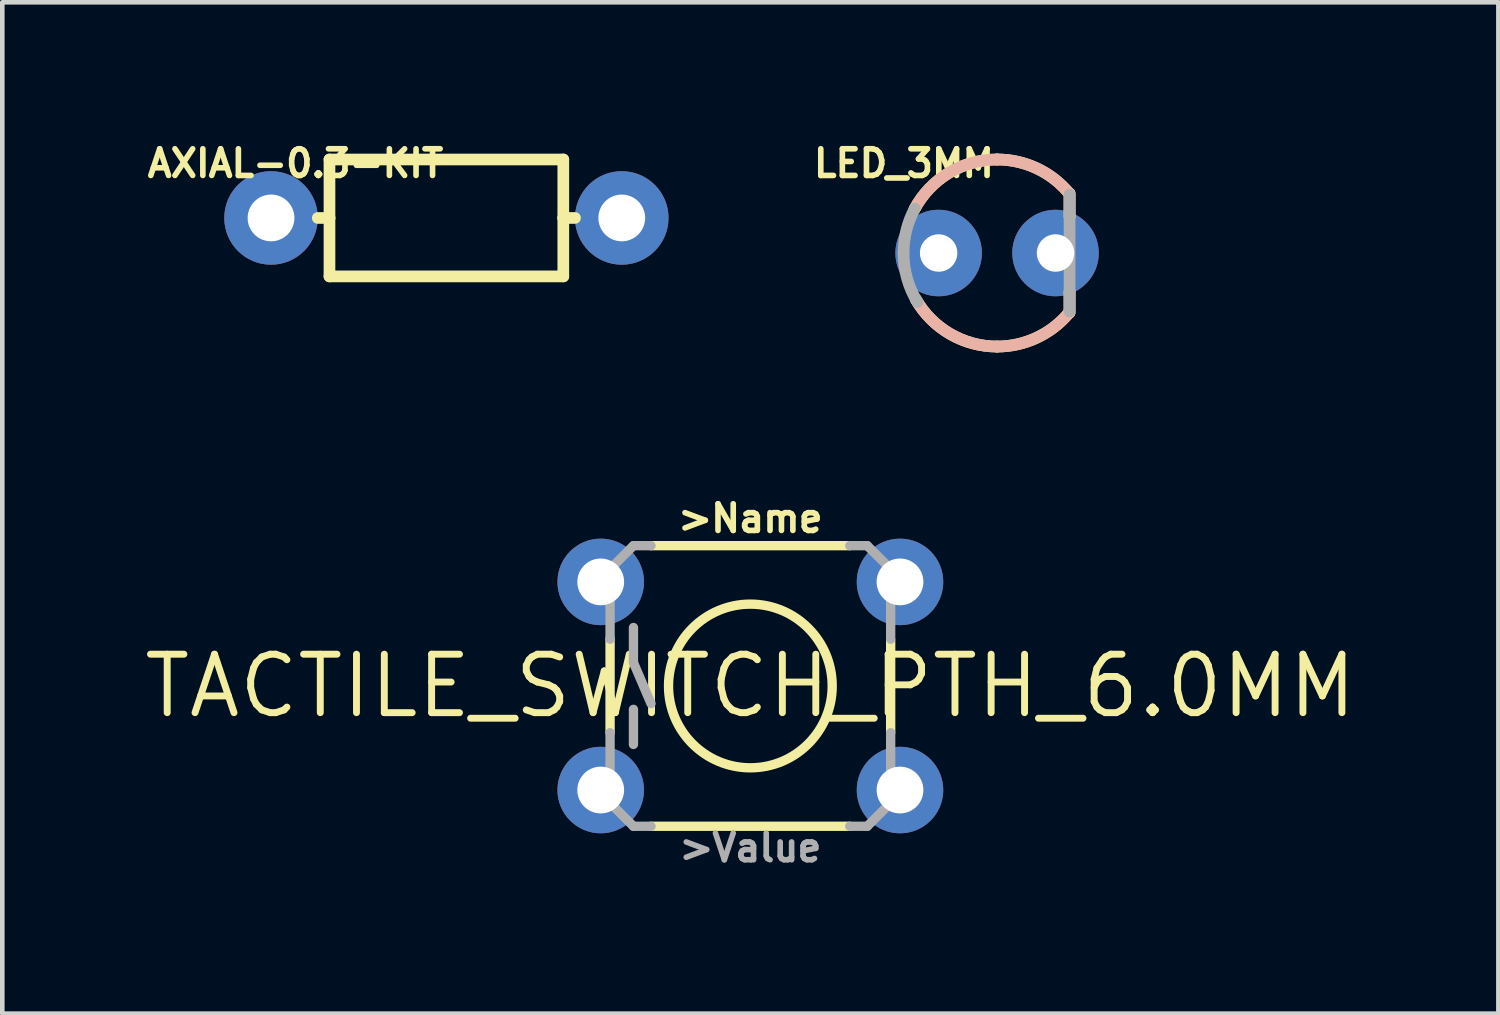
<source format=kicad_pcb>
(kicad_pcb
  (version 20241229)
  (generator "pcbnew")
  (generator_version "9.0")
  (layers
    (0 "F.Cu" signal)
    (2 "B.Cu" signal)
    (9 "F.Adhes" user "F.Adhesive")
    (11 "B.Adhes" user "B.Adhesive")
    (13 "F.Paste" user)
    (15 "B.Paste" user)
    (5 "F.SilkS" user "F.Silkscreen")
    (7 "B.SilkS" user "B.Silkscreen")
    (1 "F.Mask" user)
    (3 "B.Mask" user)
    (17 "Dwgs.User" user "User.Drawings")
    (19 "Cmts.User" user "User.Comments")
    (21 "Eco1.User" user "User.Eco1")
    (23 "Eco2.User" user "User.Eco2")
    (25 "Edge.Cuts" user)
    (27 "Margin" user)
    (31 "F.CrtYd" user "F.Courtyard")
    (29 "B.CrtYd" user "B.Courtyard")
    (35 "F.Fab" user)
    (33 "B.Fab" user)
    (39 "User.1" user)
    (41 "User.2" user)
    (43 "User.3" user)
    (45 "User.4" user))
  (footprint "AXIAL-0.3-KIT"
    (layer "F.Cu")
    (at 6.648 1.685)
    (property "Reference" "AXIAL-0.3-KIT" (at 0 -1.524 0) (layer "F.SilkS") (effects (font (size 0.579 0.579) (thickness 0.122)) (justify right top)))
    (attr through_hole)
    (fp_poly (pts (xy -3.81 0.445) (xy -3.81 0.445) (xy -3.977 0.415) (xy -4.12 0.324) (xy -4.218 0.186) (xy -4.255 0.02) (xy -4.224 -0.155) (xy -4.129 -0.305) (xy -3.81 -0.447) (xy -3.639 -0.41) (xy -3.494 -0.31) (xy -3.368 0.01) (xy -3.403 0.177) (xy -3.499 0.319)) (stroke (width 0) (type solid)) (fill yes) (layer "F.Mask"))
    (fp_poly (pts (xy 3.818 0.437) (xy 3.818 0.437) (xy 3.651 0.408) (xy 3.507 0.317) (xy 3.41 0.178) (xy 3.373 0.013) (xy 3.403 -0.163) (xy 3.499 -0.313) (xy 3.818 -0.455) (xy 3.818 -0.455) (xy 3.989 -0.417) (xy 4.133 -0.318) (xy 4.26 0.003) (xy 4.225 0.17) (xy 4.129 0.311)) (stroke (width 0) (type solid)) (fill yes) (layer "F.Mask"))
    (fp_poly (pts (xy 3.82 0.945) (xy 3.82 0.945) (xy 3.61 0.924) (xy 3.41 0.857) (xy 3.23 0.747) (xy 3.079 0.6) (xy 2.964 0.423) (xy 2.865 0.015) (xy 2.887 -0.2) (xy 2.956 -0.404) (xy 3.068 -0.588) (xy 3.219 -0.743) (xy 3.401 -0.86) (xy 3.603 -0.933) (xy 3.818 -0.96) (xy 4.032 -0.933) (xy 4.234 -0.859) (xy 4.416 -0.741) (xy 4.566 -0.586) (xy 4.678 -0.402) (xy 4.747 -0.197) (xy 4.768 0.018) (xy 4.768 0.018) (xy 4.742 0.226) (xy 4.67 0.424) (xy 4.557 0.6) (xy 4.407 0.747) (xy 4.228 0.857)) (stroke (width 0) (type solid)) (fill yes) (layer "B.Mask"))
    (fp_poly (pts (xy -3.808 0.953) (xy -3.807 0.953) (xy -4.017 0.932) (xy -4.218 0.865) (xy -4.398 0.755) (xy -4.549 0.608) (xy -4.664 0.43) (xy -4.762 0.023) (xy -4.762 0.023) (xy -4.741 -0.192) (xy -4.672 -0.397) (xy -4.559 -0.581) (xy -4.409 -0.735) (xy -4.227 -0.852) (xy -4.024 -0.926) (xy -3.81 -0.953) (xy -3.596 -0.925) (xy -3.393 -0.851) (xy -3.212 -0.734) (xy -3.062 -0.579) (xy -2.949 -0.394) (xy -2.881 -0.189) (xy -2.86 0.025) (xy -2.86 0.025) (xy -2.886 0.234) (xy -2.957 0.431) (xy -3.071 0.608) (xy -3.221 0.754) (xy -3.4 0.864)) (stroke (width 0) (type solid)) (fill yes) (layer "B.Mask"))
    (fp_line (start -2.54 -1.27) (end 2.54 -1.27) (stroke (width 0.254) (type solid)) (layer "F.SilkS"))
    (fp_line (start -2.54 0) (end -2.794 0) (stroke (width 0.254) (type solid)) (layer "F.SilkS"))
    (fp_line (start -2.54 0) (end -2.54 -1.27) (stroke (width 0.254) (type solid)) (layer "F.SilkS"))
    (fp_line (start -2.54 1.27) (end -2.54 0) (stroke (width 0.254) (type solid)) (layer "F.SilkS"))
    (fp_line (start 2.54 -1.27) (end 2.54 0) (stroke (width 0.254) (type solid)) (layer "F.SilkS"))
    (fp_line (start 2.54 0) (end 2.54 1.27) (stroke (width 0.254) (type solid)) (layer "F.SilkS"))
    (fp_line (start 2.54 0) (end 2.794 0) (stroke (width 0.254) (type solid)) (layer "F.SilkS"))
    (fp_line (start 2.54 1.27) (end -2.54 1.27) (stroke (width 0.254) (type solid)) (layer "F.SilkS"))
    (pad "P$1" thru_hole circle (at -3.81 0) (size 2.032 2.032) (drill 1.016) (layers "*.Cu" "*.Mask"))
    (pad "P$2" thru_hole circle (at 3.81 0) (size 2.032 2.032) (drill 1.016) (layers "*.Cu" "*.Mask")))
  (footprint "TACTILE_SWITCH_PTH_6.0MM"
    (layer "F.Cu")
    (at 13.252 11.853)
    (property "Reference" "TACTILE_SWITCH_PTH_6.0MM" (at 0 0 0) (layer "F.SilkS") (effects (font (size 1.27 1.27) (thickness 0.15))))
    (attr through_hole)
    (fp_line (start -3.048 -1.028) (end -3.048 1.016) (stroke (width 0.203) (type solid)) (layer "F.SilkS"))
    (fp_line (start -2.159 3.048) (end 2.159 3.048) (stroke (width 0.203) (type solid)) (layer "F.SilkS"))
    (fp_line (start 2.159 -3.048) (end -2.159 -3.048) (stroke (width 0.203) (type solid)) (layer "F.SilkS"))
    (fp_line (start 3.048 -0.998) (end 3.048 1.016) (stroke (width 0.203) (type solid)) (layer "F.SilkS"))
    (fp_circle (center 0 0) (end 1.778 0) (stroke (width 0.203) (type solid)) (fill no) (layer "F.SilkS"))
    (fp_line (start -3.048 -2.54) (end -3.048 -1.016) (stroke (width 0.203) (type solid)) (layer "F.Fab"))
    (fp_line (start -3.048 2.54) (end -3.048 1.016) (stroke (width 0.203) (type solid)) (layer "F.Fab"))
    (fp_line (start -2.54 -3.048) (end -3.048 -2.54) (stroke (width 0.203) (type solid)) (layer "F.Fab"))
    (fp_line (start -2.54 -3.048) (end -2.159 -3.048) (stroke (width 0.203) (type solid)) (layer "F.Fab"))
    (fp_line (start -2.54 -1.27) (end -2.54 -0.508) (stroke (width 0.203) (type solid)) (layer "F.Fab"))
    (fp_line (start -2.54 -0.508) (end -2.159 0.381) (stroke (width 0.203) (type solid)) (layer "F.Fab"))
    (fp_line (start -2.54 0.508) (end -2.54 1.27) (stroke (width 0.203) (type solid)) (layer "F.Fab"))
    (fp_line (start -2.54 3.048) (end -3.048 2.54) (stroke (width 0.203) (type solid)) (layer "F.Fab"))
    (fp_line (start -2.54 3.048) (end -2.159 3.048) (stroke (width 0.203) (type solid)) (layer "F.Fab"))
    (fp_line (start 2.54 -3.048) (end 2.159 -3.048) (stroke (width 0.203) (type solid)) (layer "F.Fab"))
    (fp_line (start 2.54 3.048) (end 2.159 3.048) (stroke (width 0.203) (type solid)) (layer "F.Fab"))
    (fp_line (start 2.54 3.048) (end 3.048 2.54) (stroke (width 0.203) (type solid)) (layer "F.Fab"))
    (fp_line (start 3.048 -2.54) (end 2.54 -3.048) (stroke (width 0.203) (type solid)) (layer "F.Fab"))
    (fp_line (start 3.048 -1.016) (end 3.048 -2.54) (stroke (width 0.203) (type solid)) (layer "F.Fab"))
    (fp_line (start 3.048 2.54) (end 3.048 1.016) (stroke (width 0.203) (type solid)) (layer "F.Fab"))
    (fp_text user ">Name" (at 0 -3.302 0) (layer "F.SilkS") (effects (font (size 0.579 0.579) (thickness 0.122)) (justify bottom)))
    (fp_text user ">Value" (at 0 3.175 0) (layer "F.Fab") (effects (font (size 0.579 0.579) (thickness 0.122)) (justify top)))
    (pad "1" thru_hole circle (at -3.251 -2.261) (size 1.88 1.88) (drill 1.016) (layers "*.Cu" "*.Mask"))
    (pad "2" thru_hole circle (at 3.251 -2.261) (size 1.88 1.88) (drill 1.016) (layers "*.Cu" "*.Mask"))
    (pad "3" thru_hole circle (at -3.251 2.261) (size 1.88 1.88) (drill 1.016) (layers "*.Cu" "*.Mask"))
    (pad "4" thru_hole circle (at 3.251 2.261) (size 1.88 1.88) (drill 1.016) (layers "*.Cu" "*.Mask")))
  (footprint "LED_3MM"
    (layer "F.Cu")
    (at 18.612 2.447)
    (property "Reference" "LED_3MM" (at 0 -2.286 0) (layer "F.SilkS") (effects (font (size 0.579 0.579) (thickness 0.122)) (justify right top)))
    (attr through_hole)
    (fp_line (start 1.575 -1.295) (end 1.575 -0.787) (stroke (width 0.254) (type solid)) (layer "F.SilkS"))
    (fp_line (start 1.575 1.295) (end 1.575 0.838) (stroke (width 0.254) (type solid)) (layer "F.SilkS"))
    (fp_arc (start -1.7929 -0.9562) (mid -1.045438 -1.7424) (end 0 -2.032) (stroke (width 0.254) (type solid)) (layer "F.SilkS"))
    (fp_arc (start 0 -2.032) (mid 0.861864 -1.840173) (end 1.561 -1.3009) (stroke (width 0.254) (type solid)) (layer "F.SilkS"))
    (fp_arc (start 0 2.032) (mid -1.019924 1.757525) (end -1.7643 1.0082) (stroke (width 0.254) (type solid)) (layer "F.SilkS"))
    (fp_arc (start 1.5512 1.3126) (mid 0.854953 1.843405) (end 0 2.032) (stroke (width 0.254) (type solid)) (layer "F.SilkS"))
    (fp_line (start 1.575 -1.295) (end 1.575 -0.787) (stroke (width 0.254) (type solid)) (layer "B.SilkS"))
    (fp_line (start 1.575 1.295) (end 1.575 0.838) (stroke (width 0.254) (type solid)) (layer "B.SilkS"))
    (fp_arc (start -1.7929 -0.9562) (mid -1.045438 -1.7424) (end 0 -2.032) (stroke (width 0.254) (type solid)) (layer "B.SilkS"))
    (fp_arc (start 0 -2.032) (mid 0.861864 -1.840173) (end 1.561 -1.3009) (stroke (width 0.254) (type solid)) (layer "B.SilkS"))
    (fp_arc (start 0 2.032) (mid -1.019924 1.757525) (end -1.7643 1.0082) (stroke (width 0.254) (type solid)) (layer "B.SilkS"))
    (fp_arc (start 1.5512 1.3126) (mid 0.854953 1.843405) (end 0 2.032) (stroke (width 0.254) (type solid)) (layer "B.SilkS"))
    (fp_line (start 1.575 1.27) (end 1.575 -1.27) (stroke (width 0.254) (type solid)) (layer "F.Fab"))
    (fp_arc (start -2.032 0) (mid -1.970339 -0.496775) (end -1.7891 -0.9634) (stroke (width 0.254) (type solid)) (layer "F.Fab"))
    (fp_arc (start -1.7306 1.065) (mid -1.95521 0.553417) (end -2.032 0) (stroke (width 0.254) (type solid)) (layer "F.Fab"))
    (pad "A" thru_hole circle (at -1.27 0) (size 1.88 1.88) (drill 0.813) (layers "*.Cu" "*.Mask"))
    (pad "K" thru_hole circle (at 1.27 0) (size 1.88 1.88) (drill 0.813) (layers "*.Cu" "*.Mask")))
  (gr_rect
    (start -3 -3)
    (end 29.503 18.972)
    (stroke (width 0.1) (type default))
    (fill no)
    (layer "Edge.Cuts")))
</source>
